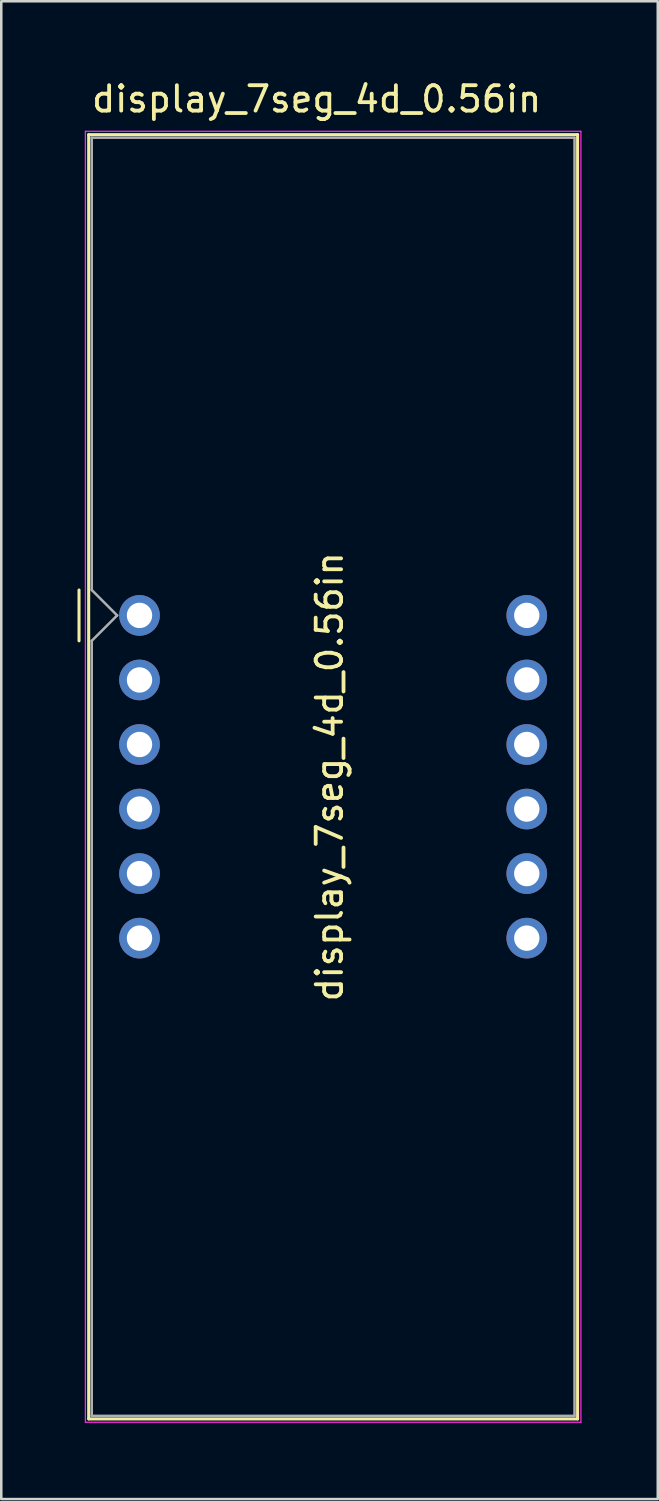
<source format=kicad_pcb>
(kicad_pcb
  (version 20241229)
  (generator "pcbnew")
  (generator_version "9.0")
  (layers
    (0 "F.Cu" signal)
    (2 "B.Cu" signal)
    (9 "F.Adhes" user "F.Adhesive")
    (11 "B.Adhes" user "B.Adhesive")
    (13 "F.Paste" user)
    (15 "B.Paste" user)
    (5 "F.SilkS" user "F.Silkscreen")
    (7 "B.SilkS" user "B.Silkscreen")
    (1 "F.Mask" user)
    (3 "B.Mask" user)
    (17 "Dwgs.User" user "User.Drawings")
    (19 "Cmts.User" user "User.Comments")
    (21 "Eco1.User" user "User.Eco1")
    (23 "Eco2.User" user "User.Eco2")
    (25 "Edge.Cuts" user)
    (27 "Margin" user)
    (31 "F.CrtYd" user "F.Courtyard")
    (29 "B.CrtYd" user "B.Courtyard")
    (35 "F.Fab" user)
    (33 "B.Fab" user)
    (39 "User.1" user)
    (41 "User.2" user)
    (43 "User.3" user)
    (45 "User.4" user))
  (footprint "display_7seg_4d_0.56in"
    (layer "F.Cu")
    (at 2.44 21.168)
    (property "Reference" "display_7seg_4d_0.56in" (at 6.97 -20.32 180) (layer "F.SilkS") (effects (font (size 1 1) (thickness 0.15))))
    (attr through_hole)
    (fp_line (start -2.38 -1) (end -2.38 1) (stroke (width 0.12) (type solid)) (layer "F.SilkS"))
    (fp_line (start -2 -18.92) (end -2 31.62) (stroke (width 0.12) (type solid)) (layer "F.SilkS"))
    (fp_line (start -2 -18.92) (end 17.24 -18.92) (stroke (width 0.12) (type solid)) (layer "F.SilkS"))
    (fp_line (start -2 31.62) (end 17.24 31.62) (stroke (width 0.12) (type solid)) (layer "F.SilkS"))
    (fp_line (start 17.24 31.62) (end 17.24 -18.92) (stroke (width 0.12) (type solid)) (layer "F.SilkS"))
    (fp_line (start -2.13 -19.05) (end 17.37 -19.05) (stroke (width 0.05) (type solid)) (layer "F.CrtYd"))
    (fp_line (start -2.13 31.75) (end -2.13 -19.05) (stroke (width 0.05) (type solid)) (layer "F.CrtYd"))
    (fp_line (start 17.37 -19.05) (end 17.37 31.75) (stroke (width 0.05) (type solid)) (layer "F.CrtYd"))
    (fp_line (start 17.37 31.75) (end -2.13 31.75) (stroke (width 0.05) (type solid)) (layer "F.CrtYd"))
    (fp_line (start -1.88 -18.8) (end 17.12 -18.8) (stroke (width 0.1) (type solid)) (layer "F.Fab"))
    (fp_line (start -1.88 -1) (end -1.88 -18.8) (stroke (width 0.1) (type solid)) (layer "F.Fab"))
    (fp_line (start -1.88 1) (end -1.88 31.5) (stroke (width 0.1) (type solid)) (layer "F.Fab"))
    (fp_line (start -1.88 1) (end -0.88 0) (stroke (width 0.1) (type solid)) (layer "F.Fab"))
    (fp_line (start -1.88 31.5) (end 17.12 31.5) (stroke (width 0.1) (type solid)) (layer "F.Fab"))
    (fp_line (start -0.88 0) (end -1.88 -1) (stroke (width 0.1) (type solid)) (layer "F.Fab"))
    (fp_line (start 17.12 -18.8) (end 17.12 31.5) (stroke (width 0.1) (type solid)) (layer "F.Fab"))
    (fp_text user "${REFERENCE}" (at 7.478 6.35 90) (layer "F.SilkS") (effects (font (size 1 1) (thickness 0.15))))
    (pad "1" thru_hole circle (at 0 0) (size 1.6 1.6) (drill 1) (layers "*.Cu" "*.Mask"))
    (pad "2" thru_hole circle (at 0 2.54) (size 1.6 1.6) (drill 1) (layers "*.Cu" "*.Mask"))
    (pad "3" thru_hole circle (at 0 5.08) (size 1.6 1.6) (drill 1) (layers "*.Cu" "*.Mask"))
    (pad "4" thru_hole circle (at 0 7.62) (size 1.6 1.6) (drill 1) (layers "*.Cu" "*.Mask"))
    (pad "5" thru_hole circle (at 0 10.16) (size 1.6 1.6) (drill 1) (layers "*.Cu" "*.Mask"))
    (pad "6" thru_hole circle (at 0 12.7) (size 1.6 1.6) (drill 1) (layers "*.Cu" "*.Mask"))
    (pad "7" thru_hole circle (at 15.24 12.7) (size 1.6 1.6) (drill 1) (layers "*.Cu" "*.Mask"))
    (pad "8" thru_hole circle (at 15.24 10.16) (size 1.6 1.6) (drill 1) (layers "*.Cu" "*.Mask"))
    (pad "9" thru_hole circle (at 15.24 7.62) (size 1.6 1.6) (drill 1) (layers "*.Cu" "*.Mask"))
    (pad "10" thru_hole circle (at 15.24 5.08) (size 1.6 1.6) (drill 1) (layers "*.Cu" "*.Mask"))
    (pad "11" thru_hole circle (at 15.24 2.54) (size 1.6 1.6) (drill 1) (layers "*.Cu" "*.Mask"))
    (pad "12" thru_hole circle (at 15.24 0) (size 1.6 1.6) (drill 1) (layers "*.Cu" "*.Mask")))
  (gr_rect
    (start -3 -3)
    (end 22.835 55.943)
    (stroke (width 0.1) (type default))
    (fill no)
    (layer "Edge.Cuts")))
</source>
